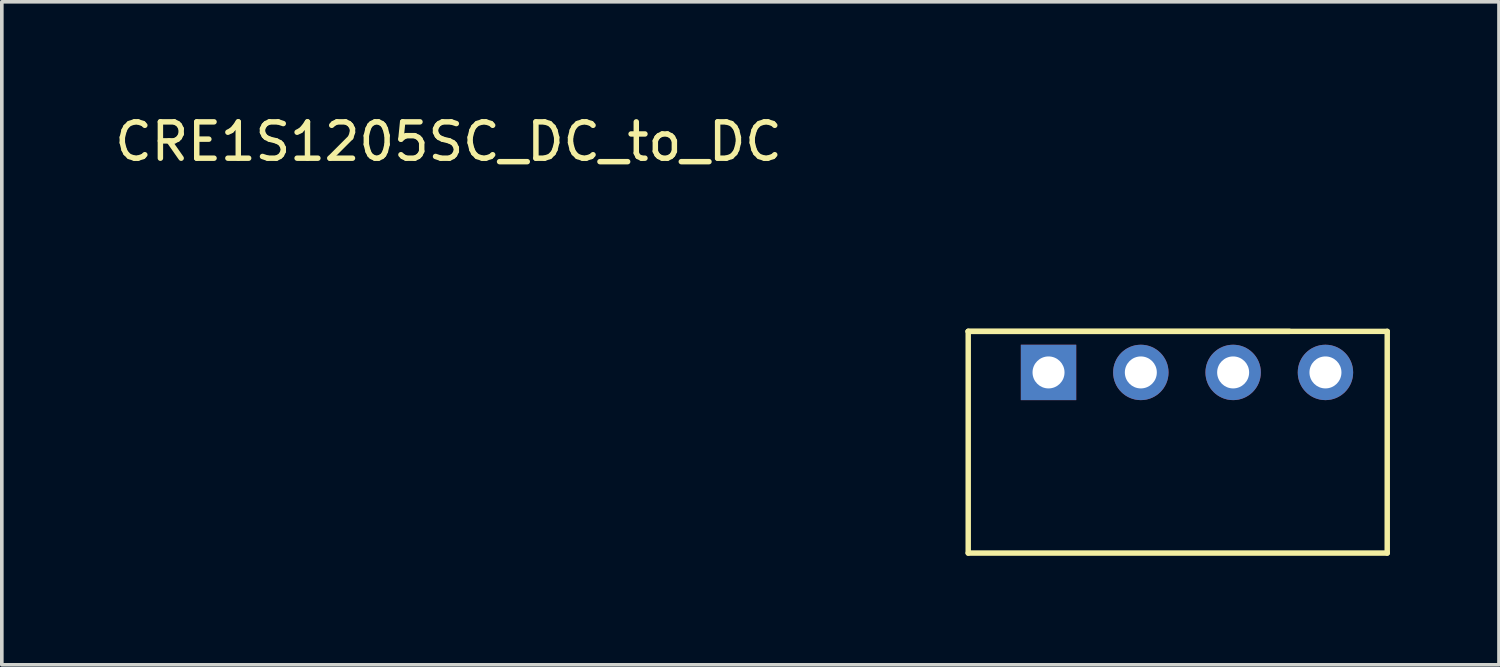
<source format=kicad_pcb>
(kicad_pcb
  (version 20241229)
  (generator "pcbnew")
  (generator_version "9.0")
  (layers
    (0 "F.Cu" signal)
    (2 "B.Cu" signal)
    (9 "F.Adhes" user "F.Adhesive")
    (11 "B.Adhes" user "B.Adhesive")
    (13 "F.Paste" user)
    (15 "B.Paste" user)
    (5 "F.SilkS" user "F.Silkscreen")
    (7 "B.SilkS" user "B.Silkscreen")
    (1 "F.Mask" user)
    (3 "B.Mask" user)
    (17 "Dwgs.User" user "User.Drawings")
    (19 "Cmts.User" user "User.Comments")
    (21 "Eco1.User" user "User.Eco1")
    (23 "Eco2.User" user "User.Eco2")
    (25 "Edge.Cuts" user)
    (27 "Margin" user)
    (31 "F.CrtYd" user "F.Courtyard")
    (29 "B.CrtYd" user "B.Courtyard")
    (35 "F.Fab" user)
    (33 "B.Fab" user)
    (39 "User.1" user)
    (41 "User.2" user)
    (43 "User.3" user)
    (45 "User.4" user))
  (footprint "CRE1S1205SC_DC_to_DC"
    (layer "F.Cu")
    (at 28.342 7.198)
    (property "Reference" "CRE1S1205SC_DC_to_DC" (at -19.05 -6.35 0) (layer "F.SilkS") (effects (font (size 1 1) (thickness 0.15))))
    (attr through_hole)
    (fp_line (start -4.75 -1.13) (end 4.09 -1.13) (stroke (width 0.15) (type solid)) (layer "F.SilkS"))
    (fp_line (start -4.75 -1.13) (end 6.78 -1.13) (stroke (width 0.15) (type solid)) (layer "F.SilkS"))
    (fp_line (start -4.75 4.97) (end -4.75 -1.13) (stroke (width 0.15) (type solid)) (layer "F.SilkS"))
    (fp_line (start 6.78 -1.13) (end 6.78 4.97) (stroke (width 0.15) (type solid)) (layer "F.SilkS"))
    (fp_line (start 6.78 4.97) (end -4.75 4.97) (stroke (width 0.15) (type solid)) (layer "F.SilkS"))
    (pad "1" thru_hole rect (at -2.54 0 90) (size 1.524 1.524) (drill 0.88) (layers "*.Cu" "*.Mask"))
    (pad "2" thru_hole circle (at 0 0) (size 1.524 1.524) (drill 0.88) (layers "*.Cu" "*.Mask"))
    (pad "3" thru_hole circle (at 2.54 0) (size 1.524 1.524) (drill 0.88) (layers "*.Cu" "*.Mask"))
    (pad "4" thru_hole circle (at 5.08 0) (size 1.524 1.524) (drill 0.88) (layers "*.Cu" "*.Mask")))
  (gr_rect
    (start -3 -3)
    (end 38.197 15.243)
    (stroke (width 0.1) (type default))
    (fill no)
    (layer "Edge.Cuts")))
</source>
